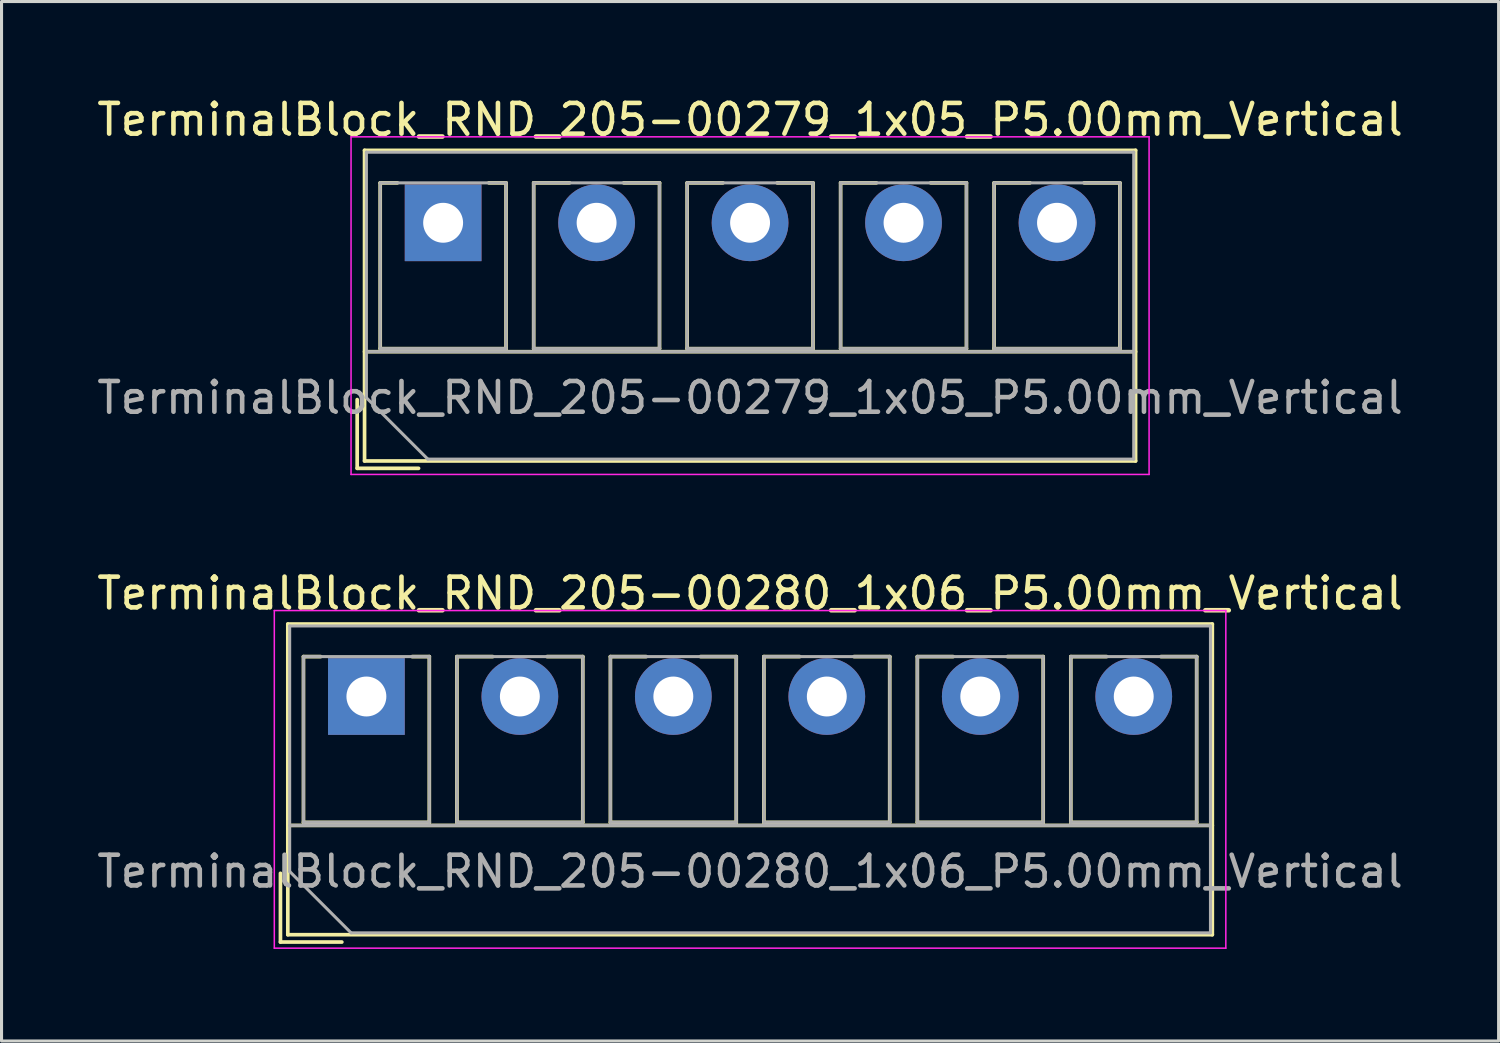
<source format=kicad_pcb>
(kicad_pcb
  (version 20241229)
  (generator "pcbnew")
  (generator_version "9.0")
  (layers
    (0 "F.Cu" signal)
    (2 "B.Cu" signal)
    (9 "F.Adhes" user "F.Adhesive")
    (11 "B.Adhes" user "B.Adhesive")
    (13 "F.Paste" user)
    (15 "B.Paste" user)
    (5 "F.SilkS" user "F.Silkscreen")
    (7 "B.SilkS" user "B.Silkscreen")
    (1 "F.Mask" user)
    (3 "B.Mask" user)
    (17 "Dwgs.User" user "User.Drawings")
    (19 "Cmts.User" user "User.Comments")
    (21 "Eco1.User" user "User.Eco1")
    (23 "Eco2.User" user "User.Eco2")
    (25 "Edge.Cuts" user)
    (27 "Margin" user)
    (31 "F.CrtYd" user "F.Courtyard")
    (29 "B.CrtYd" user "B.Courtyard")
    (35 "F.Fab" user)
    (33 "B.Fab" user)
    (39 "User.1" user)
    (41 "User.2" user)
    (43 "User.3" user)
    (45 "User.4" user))
  (footprint "TerminalBlock_RND_205-00280_1x06_P5.00mm_Vertical"
    (layer "F.Cu")
    (at 8.887 19.642)
    (property "Reference" "TerminalBlock_RND_205-00280_1x06_P5.00mm_Vertical" (at 12.5 -3.36 0) (layer "F.SilkS") (effects (font (size 1 1) (thickness 0.15))))
    (attr through_hole)
    (fp_line (start -2.8 5.76) (end -2.8 8) (stroke (width 0.12) (type solid)) (layer "F.SilkS"))
    (fp_line (start -2.8 8) (end -0.8 8) (stroke (width 0.12) (type solid)) (layer "F.SilkS"))
    (fp_line (start -2.56 -2.36) (end -2.56 7.76) (stroke (width 0.12) (type solid)) (layer "F.SilkS"))
    (fp_line (start -2.56 -2.36) (end 27.56 -2.36) (stroke (width 0.12) (type solid)) (layer "F.SilkS"))
    (fp_line (start -2.56 4.2) (end 27.56 4.2) (stroke (width 0.12) (type solid)) (layer "F.SilkS"))
    (fp_line (start -2.56 7.76) (end 27.56 7.76) (stroke (width 0.12) (type solid)) (layer "F.SilkS"))
    (fp_line (start -2.05 -1.3) (end -2.05 4.1) (stroke (width 0.12) (type solid)) (layer "F.SilkS"))
    (fp_line (start -2.05 -1.3) (end -1.49 -1.3) (stroke (width 0.12) (type solid)) (layer "F.SilkS"))
    (fp_line (start -2.05 4.1) (end 2.05 4.1) (stroke (width 0.12) (type solid)) (layer "F.SilkS"))
    (fp_line (start 1.49 -1.3) (end 2.05 -1.3) (stroke (width 0.12) (type solid)) (layer "F.SilkS"))
    (fp_line (start 2.05 -1.3) (end 2.05 4.1) (stroke (width 0.12) (type solid)) (layer "F.SilkS"))
    (fp_line (start 2.95 -1.3) (end 2.95 4.1) (stroke (width 0.12) (type solid)) (layer "F.SilkS"))
    (fp_line (start 2.95 -1.3) (end 4.117 -1.3) (stroke (width 0.12) (type solid)) (layer "F.SilkS"))
    (fp_line (start 2.95 4.1) (end 7.05 4.1) (stroke (width 0.12) (type solid)) (layer "F.SilkS"))
    (fp_line (start 5.884 -1.3) (end 7.05 -1.3) (stroke (width 0.12) (type solid)) (layer "F.SilkS"))
    (fp_line (start 7.05 -1.3) (end 7.05 4.1) (stroke (width 0.12) (type solid)) (layer "F.SilkS"))
    (fp_line (start 7.95 -1.3) (end 7.95 4.1) (stroke (width 0.12) (type solid)) (layer "F.SilkS"))
    (fp_line (start 7.95 -1.3) (end 9.117 -1.3) (stroke (width 0.12) (type solid)) (layer "F.SilkS"))
    (fp_line (start 7.95 4.1) (end 12.05 4.1) (stroke (width 0.12) (type solid)) (layer "F.SilkS"))
    (fp_line (start 10.884 -1.3) (end 12.05 -1.3) (stroke (width 0.12) (type solid)) (layer "F.SilkS"))
    (fp_line (start 12.05 -1.3) (end 12.05 4.1) (stroke (width 0.12) (type solid)) (layer "F.SilkS"))
    (fp_line (start 12.95 -1.3) (end 12.95 4.1) (stroke (width 0.12) (type solid)) (layer "F.SilkS"))
    (fp_line (start 12.95 -1.3) (end 14.117 -1.3) (stroke (width 0.12) (type solid)) (layer "F.SilkS"))
    (fp_line (start 12.95 4.1) (end 17.05 4.1) (stroke (width 0.12) (type solid)) (layer "F.SilkS"))
    (fp_line (start 15.884 -1.3) (end 17.05 -1.3) (stroke (width 0.12) (type solid)) (layer "F.SilkS"))
    (fp_line (start 17.05 -1.3) (end 17.05 4.1) (stroke (width 0.12) (type solid)) (layer "F.SilkS"))
    (fp_line (start 17.95 -1.3) (end 17.95 4.1) (stroke (width 0.12) (type solid)) (layer "F.SilkS"))
    (fp_line (start 17.95 -1.3) (end 19.117 -1.3) (stroke (width 0.12) (type solid)) (layer "F.SilkS"))
    (fp_line (start 17.95 4.1) (end 22.05 4.1) (stroke (width 0.12) (type solid)) (layer "F.SilkS"))
    (fp_line (start 20.884 -1.3) (end 22.05 -1.3) (stroke (width 0.12) (type solid)) (layer "F.SilkS"))
    (fp_line (start 22.05 -1.3) (end 22.05 4.1) (stroke (width 0.12) (type solid)) (layer "F.SilkS"))
    (fp_line (start 22.95 -1.3) (end 22.95 4.1) (stroke (width 0.12) (type solid)) (layer "F.SilkS"))
    (fp_line (start 22.95 -1.3) (end 24.117 -1.3) (stroke (width 0.12) (type solid)) (layer "F.SilkS"))
    (fp_line (start 22.95 4.1) (end 27.05 4.1) (stroke (width 0.12) (type solid)) (layer "F.SilkS"))
    (fp_line (start 25.884 -1.3) (end 27.05 -1.3) (stroke (width 0.12) (type solid)) (layer "F.SilkS"))
    (fp_line (start 27.05 -1.3) (end 27.05 4.1) (stroke (width 0.12) (type solid)) (layer "F.SilkS"))
    (fp_line (start 27.56 -2.36) (end 27.56 7.76) (stroke (width 0.12) (type solid)) (layer "F.SilkS"))
    (fp_line (start -3 -2.8) (end -3 8.2) (stroke (width 0.05) (type solid)) (layer "F.CrtYd"))
    (fp_line (start -3 8.2) (end 28 8.2) (stroke (width 0.05) (type solid)) (layer "F.CrtYd"))
    (fp_line (start 28 -2.8) (end -3 -2.8) (stroke (width 0.05) (type solid)) (layer "F.CrtYd"))
    (fp_line (start 28 8.2) (end 28 -2.8) (stroke (width 0.05) (type solid)) (layer "F.CrtYd"))
    (fp_line (start -2.5 -2.3) (end 27.5 -2.3) (stroke (width 0.1) (type solid)) (layer "F.Fab"))
    (fp_line (start -2.5 4.2) (end 27.5 4.2) (stroke (width 0.1) (type solid)) (layer "F.Fab"))
    (fp_line (start -2.5 5.7) (end -2.5 -2.3) (stroke (width 0.1) (type solid)) (layer "F.Fab"))
    (fp_line (start -2.05 -1.3) (end -2.05 4.1) (stroke (width 0.1) (type solid)) (layer "F.Fab"))
    (fp_line (start -2.05 4.1) (end 2.05 4.1) (stroke (width 0.1) (type solid)) (layer "F.Fab"))
    (fp_line (start -0.5 7.7) (end -2.5 5.7) (stroke (width 0.1) (type solid)) (layer "F.Fab"))
    (fp_line (start 2.05 -1.3) (end -2.05 -1.3) (stroke (width 0.1) (type solid)) (layer "F.Fab"))
    (fp_line (start 2.05 4.1) (end 2.05 -1.3) (stroke (width 0.1) (type solid)) (layer "F.Fab"))
    (fp_line (start 2.95 -1.3) (end 2.95 4.1) (stroke (width 0.1) (type solid)) (layer "F.Fab"))
    (fp_line (start 2.95 4.1) (end 7.05 4.1) (stroke (width 0.1) (type solid)) (layer "F.Fab"))
    (fp_line (start 7.05 -1.3) (end 2.95 -1.3) (stroke (width 0.1) (type solid)) (layer "F.Fab"))
    (fp_line (start 7.05 4.1) (end 7.05 -1.3) (stroke (width 0.1) (type solid)) (layer "F.Fab"))
    (fp_line (start 7.95 -1.3) (end 7.95 4.1) (stroke (width 0.1) (type solid)) (layer "F.Fab"))
    (fp_line (start 7.95 4.1) (end 12.05 4.1) (stroke (width 0.1) (type solid)) (layer "F.Fab"))
    (fp_line (start 12.05 -1.3) (end 7.95 -1.3) (stroke (width 0.1) (type solid)) (layer "F.Fab"))
    (fp_line (start 12.05 4.1) (end 12.05 -1.3) (stroke (width 0.1) (type solid)) (layer "F.Fab"))
    (fp_line (start 12.95 -1.3) (end 12.95 4.1) (stroke (width 0.1) (type solid)) (layer "F.Fab"))
    (fp_line (start 12.95 4.1) (end 17.05 4.1) (stroke (width 0.1) (type solid)) (layer "F.Fab"))
    (fp_line (start 17.05 -1.3) (end 12.95 -1.3) (stroke (width 0.1) (type solid)) (layer "F.Fab"))
    (fp_line (start 17.05 4.1) (end 17.05 -1.3) (stroke (width 0.1) (type solid)) (layer "F.Fab"))
    (fp_line (start 17.95 -1.3) (end 17.95 4.1) (stroke (width 0.1) (type solid)) (layer "F.Fab"))
    (fp_line (start 17.95 4.1) (end 22.05 4.1) (stroke (width 0.1) (type solid)) (layer "F.Fab"))
    (fp_line (start 22.05 -1.3) (end 17.95 -1.3) (stroke (width 0.1) (type solid)) (layer "F.Fab"))
    (fp_line (start 22.05 4.1) (end 22.05 -1.3) (stroke (width 0.1) (type solid)) (layer "F.Fab"))
    (fp_line (start 22.95 -1.3) (end 22.95 4.1) (stroke (width 0.1) (type solid)) (layer "F.Fab"))
    (fp_line (start 22.95 4.1) (end 27.05 4.1) (stroke (width 0.1) (type solid)) (layer "F.Fab"))
    (fp_line (start 27.05 -1.3) (end 22.95 -1.3) (stroke (width 0.1) (type solid)) (layer "F.Fab"))
    (fp_line (start 27.05 4.1) (end 27.05 -1.3) (stroke (width 0.1) (type solid)) (layer "F.Fab"))
    (fp_line (start 27.5 -2.3) (end 27.5 7.7) (stroke (width 0.1) (type solid)) (layer "F.Fab"))
    (fp_line (start 27.5 7.7) (end -0.5 7.7) (stroke (width 0.1) (type solid)) (layer "F.Fab"))
    (fp_text user "${REFERENCE}" (at 12.5 5.7 0) (layer "F.Fab") (effects (font (size 1 1) (thickness 0.15))))
    (pad "1" thru_hole rect (at 0 0) (size 2.5 2.5) (drill 1.3) (layers "*.Cu" "*.Mask"))
    (pad "2" thru_hole circle (at 5 0) (size 2.5 2.5) (drill 1.3) (layers "*.Cu" "*.Mask"))
    (pad "3" thru_hole circle (at 10 0) (size 2.5 2.5) (drill 1.3) (layers "*.Cu" "*.Mask"))
    (pad "4" thru_hole circle (at 15 0) (size 2.5 2.5) (drill 1.3) (layers "*.Cu" "*.Mask"))
    (pad "5" thru_hole circle (at 20 0) (size 2.5 2.5) (drill 1.3) (layers "*.Cu" "*.Mask"))
    (pad "6" thru_hole circle (at 25 0) (size 2.5 2.5) (drill 1.3) (layers "*.Cu" "*.Mask")))
  (footprint "TerminalBlock_RND_205-00279_1x05_P5.00mm_Vertical"
    (layer "F.Cu")
    (at 11.387 4.208)
    (property "Reference" "TerminalBlock_RND_205-00279_1x05_P5.00mm_Vertical" (at 10 -3.36 0) (layer "F.SilkS") (effects (font (size 1 1) (thickness 0.15))))
    (attr through_hole)
    (fp_line (start -2.8 5.76) (end -2.8 8) (stroke (width 0.12) (type solid)) (layer "F.SilkS"))
    (fp_line (start -2.8 8) (end -0.8 8) (stroke (width 0.12) (type solid)) (layer "F.SilkS"))
    (fp_line (start -2.56 -2.36) (end -2.56 7.76) (stroke (width 0.12) (type solid)) (layer "F.SilkS"))
    (fp_line (start -2.56 -2.36) (end 22.56 -2.36) (stroke (width 0.12) (type solid)) (layer "F.SilkS"))
    (fp_line (start -2.56 4.2) (end 22.56 4.2) (stroke (width 0.12) (type solid)) (layer "F.SilkS"))
    (fp_line (start -2.56 7.76) (end 22.56 7.76) (stroke (width 0.12) (type solid)) (layer "F.SilkS"))
    (fp_line (start -2.05 -1.3) (end -2.05 4.1) (stroke (width 0.12) (type solid)) (layer "F.SilkS"))
    (fp_line (start -2.05 -1.3) (end -1.49 -1.3) (stroke (width 0.12) (type solid)) (layer "F.SilkS"))
    (fp_line (start -2.05 4.1) (end 2.05 4.1) (stroke (width 0.12) (type solid)) (layer "F.SilkS"))
    (fp_line (start 1.49 -1.3) (end 2.05 -1.3) (stroke (width 0.12) (type solid)) (layer "F.SilkS"))
    (fp_line (start 2.05 -1.3) (end 2.05 4.1) (stroke (width 0.12) (type solid)) (layer "F.SilkS"))
    (fp_line (start 2.95 -1.3) (end 2.95 4.1) (stroke (width 0.12) (type solid)) (layer "F.SilkS"))
    (fp_line (start 2.95 -1.3) (end 4.117 -1.3) (stroke (width 0.12) (type solid)) (layer "F.SilkS"))
    (fp_line (start 2.95 4.1) (end 7.05 4.1) (stroke (width 0.12) (type solid)) (layer "F.SilkS"))
    (fp_line (start 5.884 -1.3) (end 7.05 -1.3) (stroke (width 0.12) (type solid)) (layer "F.SilkS"))
    (fp_line (start 7.05 -1.3) (end 7.05 4.1) (stroke (width 0.12) (type solid)) (layer "F.SilkS"))
    (fp_line (start 7.95 -1.3) (end 7.95 4.1) (stroke (width 0.12) (type solid)) (layer "F.SilkS"))
    (fp_line (start 7.95 -1.3) (end 9.117 -1.3) (stroke (width 0.12) (type solid)) (layer "F.SilkS"))
    (fp_line (start 7.95 4.1) (end 12.05 4.1) (stroke (width 0.12) (type solid)) (layer "F.SilkS"))
    (fp_line (start 10.884 -1.3) (end 12.05 -1.3) (stroke (width 0.12) (type solid)) (layer "F.SilkS"))
    (fp_line (start 12.05 -1.3) (end 12.05 4.1) (stroke (width 0.12) (type solid)) (layer "F.SilkS"))
    (fp_line (start 12.95 -1.3) (end 12.95 4.1) (stroke (width 0.12) (type solid)) (layer "F.SilkS"))
    (fp_line (start 12.95 -1.3) (end 14.117 -1.3) (stroke (width 0.12) (type solid)) (layer "F.SilkS"))
    (fp_line (start 12.95 4.1) (end 17.05 4.1) (stroke (width 0.12) (type solid)) (layer "F.SilkS"))
    (fp_line (start 15.884 -1.3) (end 17.05 -1.3) (stroke (width 0.12) (type solid)) (layer "F.SilkS"))
    (fp_line (start 17.05 -1.3) (end 17.05 4.1) (stroke (width 0.12) (type solid)) (layer "F.SilkS"))
    (fp_line (start 17.95 -1.3) (end 17.95 4.1) (stroke (width 0.12) (type solid)) (layer "F.SilkS"))
    (fp_line (start 17.95 -1.3) (end 19.117 -1.3) (stroke (width 0.12) (type solid)) (layer "F.SilkS"))
    (fp_line (start 17.95 4.1) (end 22.05 4.1) (stroke (width 0.12) (type solid)) (layer "F.SilkS"))
    (fp_line (start 20.884 -1.3) (end 22.05 -1.3) (stroke (width 0.12) (type solid)) (layer "F.SilkS"))
    (fp_line (start 22.05 -1.3) (end 22.05 4.1) (stroke (width 0.12) (type solid)) (layer "F.SilkS"))
    (fp_line (start 22.56 -2.36) (end 22.56 7.76) (stroke (width 0.12) (type solid)) (layer "F.SilkS"))
    (fp_line (start -3 -2.8) (end -3 8.2) (stroke (width 0.05) (type solid)) (layer "F.CrtYd"))
    (fp_line (start -3 8.2) (end 23 8.2) (stroke (width 0.05) (type solid)) (layer "F.CrtYd"))
    (fp_line (start 23 -2.8) (end -3 -2.8) (stroke (width 0.05) (type solid)) (layer "F.CrtYd"))
    (fp_line (start 23 8.2) (end 23 -2.8) (stroke (width 0.05) (type solid)) (layer "F.CrtYd"))
    (fp_line (start -2.5 -2.3) (end 22.5 -2.3) (stroke (width 0.1) (type solid)) (layer "F.Fab"))
    (fp_line (start -2.5 4.2) (end 22.5 4.2) (stroke (width 0.1) (type solid)) (layer "F.Fab"))
    (fp_line (start -2.5 5.7) (end -2.5 -2.3) (stroke (width 0.1) (type solid)) (layer "F.Fab"))
    (fp_line (start -2.05 -1.3) (end -2.05 4.1) (stroke (width 0.1) (type solid)) (layer "F.Fab"))
    (fp_line (start -2.05 4.1) (end 2.05 4.1) (stroke (width 0.1) (type solid)) (layer "F.Fab"))
    (fp_line (start -0.5 7.7) (end -2.5 5.7) (stroke (width 0.1) (type solid)) (layer "F.Fab"))
    (fp_line (start 2.05 -1.3) (end -2.05 -1.3) (stroke (width 0.1) (type solid)) (layer "F.Fab"))
    (fp_line (start 2.05 4.1) (end 2.05 -1.3) (stroke (width 0.1) (type solid)) (layer "F.Fab"))
    (fp_line (start 2.95 -1.3) (end 2.95 4.1) (stroke (width 0.1) (type solid)) (layer "F.Fab"))
    (fp_line (start 2.95 4.1) (end 7.05 4.1) (stroke (width 0.1) (type solid)) (layer "F.Fab"))
    (fp_line (start 7.05 -1.3) (end 2.95 -1.3) (stroke (width 0.1) (type solid)) (layer "F.Fab"))
    (fp_line (start 7.05 4.1) (end 7.05 -1.3) (stroke (width 0.1) (type solid)) (layer "F.Fab"))
    (fp_line (start 7.95 -1.3) (end 7.95 4.1) (stroke (width 0.1) (type solid)) (layer "F.Fab"))
    (fp_line (start 7.95 4.1) (end 12.05 4.1) (stroke (width 0.1) (type solid)) (layer "F.Fab"))
    (fp_line (start 12.05 -1.3) (end 7.95 -1.3) (stroke (width 0.1) (type solid)) (layer "F.Fab"))
    (fp_line (start 12.05 4.1) (end 12.05 -1.3) (stroke (width 0.1) (type solid)) (layer "F.Fab"))
    (fp_line (start 12.95 -1.3) (end 12.95 4.1) (stroke (width 0.1) (type solid)) (layer "F.Fab"))
    (fp_line (start 12.95 4.1) (end 17.05 4.1) (stroke (width 0.1) (type solid)) (layer "F.Fab"))
    (fp_line (start 17.05 -1.3) (end 12.95 -1.3) (stroke (width 0.1) (type solid)) (layer "F.Fab"))
    (fp_line (start 17.05 4.1) (end 17.05 -1.3) (stroke (width 0.1) (type solid)) (layer "F.Fab"))
    (fp_line (start 17.95 -1.3) (end 17.95 4.1) (stroke (width 0.1) (type solid)) (layer "F.Fab"))
    (fp_line (start 17.95 4.1) (end 22.05 4.1) (stroke (width 0.1) (type solid)) (layer "F.Fab"))
    (fp_line (start 22.05 -1.3) (end 17.95 -1.3) (stroke (width 0.1) (type solid)) (layer "F.Fab"))
    (fp_line (start 22.05 4.1) (end 22.05 -1.3) (stroke (width 0.1) (type solid)) (layer "F.Fab"))
    (fp_line (start 22.5 -2.3) (end 22.5 7.7) (stroke (width 0.1) (type solid)) (layer "F.Fab"))
    (fp_line (start 22.5 7.7) (end -0.5 7.7) (stroke (width 0.1) (type solid)) (layer "F.Fab"))
    (fp_text user "${REFERENCE}" (at 10 5.7 0) (layer "F.Fab") (effects (font (size 1 1) (thickness 0.15))))
    (pad "1" thru_hole rect (at 0 0) (size 2.5 2.5) (drill 1.3) (layers "*.Cu" "*.Mask"))
    (pad "2" thru_hole circle (at 5 0) (size 2.5 2.5) (drill 1.3) (layers "*.Cu" "*.Mask"))
    (pad "3" thru_hole circle (at 10 0) (size 2.5 2.5) (drill 1.3) (layers "*.Cu" "*.Mask"))
    (pad "4" thru_hole circle (at 15 0) (size 2.5 2.5) (drill 1.3) (layers "*.Cu" "*.Mask"))
    (pad "5" thru_hole circle (at 20 0) (size 2.5 2.5) (drill 1.3) (layers "*.Cu" "*.Mask")))
  (gr_rect
    (start -3 -3)
    (end 45.774 30.866)
    (stroke (width 0.1) (type default))
    (fill no)
    (layer "Edge.Cuts")))
</source>
